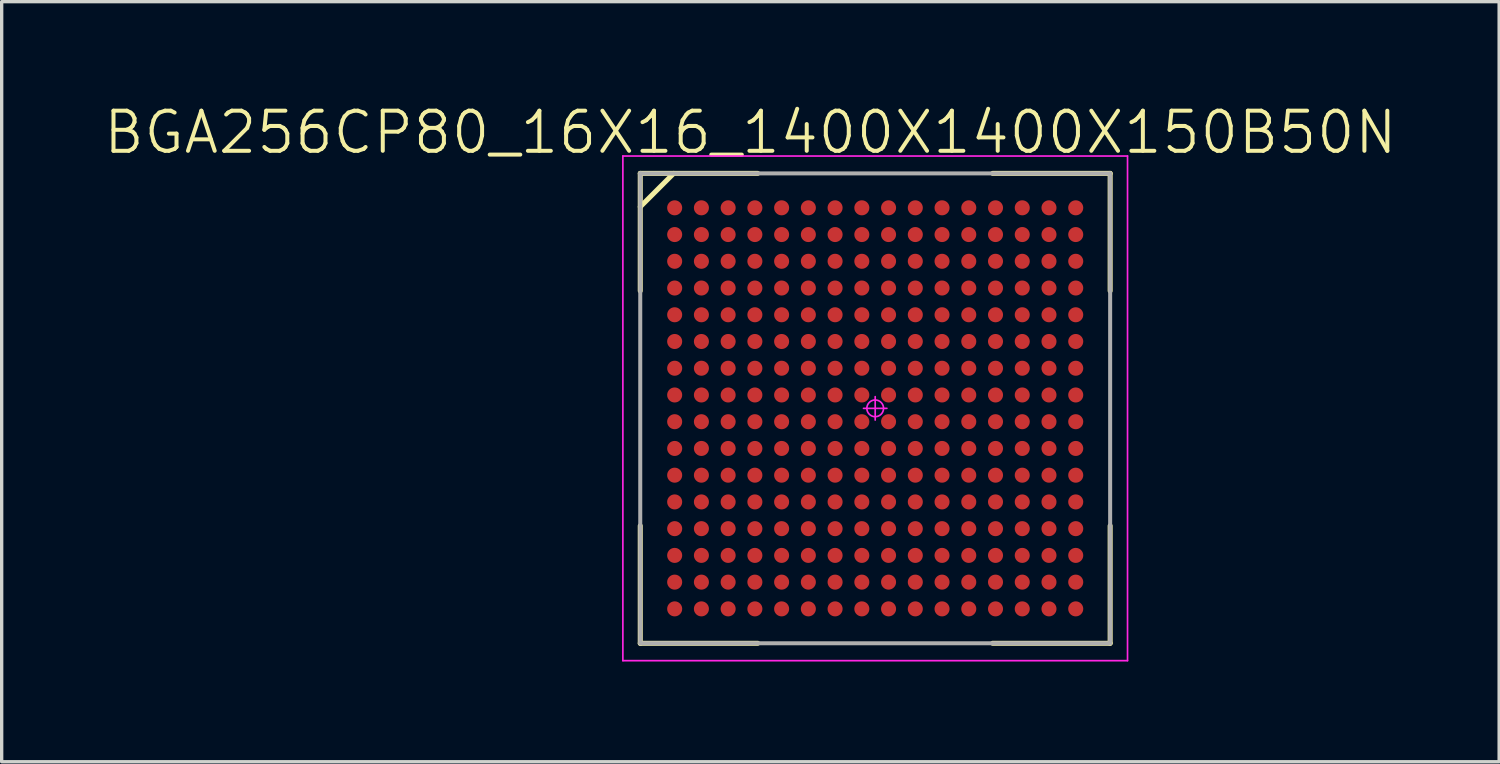
<source format=kicad_pcb>
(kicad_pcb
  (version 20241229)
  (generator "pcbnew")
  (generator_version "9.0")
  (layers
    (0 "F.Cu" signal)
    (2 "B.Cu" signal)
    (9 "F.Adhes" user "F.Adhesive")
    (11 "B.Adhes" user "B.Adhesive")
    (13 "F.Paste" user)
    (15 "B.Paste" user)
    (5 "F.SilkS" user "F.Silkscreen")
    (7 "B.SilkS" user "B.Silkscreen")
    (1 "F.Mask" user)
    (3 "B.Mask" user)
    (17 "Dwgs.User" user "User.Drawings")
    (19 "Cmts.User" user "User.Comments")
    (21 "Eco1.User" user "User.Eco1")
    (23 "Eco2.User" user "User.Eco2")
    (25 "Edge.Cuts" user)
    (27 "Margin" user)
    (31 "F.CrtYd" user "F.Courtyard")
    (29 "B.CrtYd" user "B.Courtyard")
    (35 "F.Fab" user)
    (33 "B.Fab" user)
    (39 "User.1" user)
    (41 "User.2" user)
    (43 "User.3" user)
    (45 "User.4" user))
  (footprint "BGA256CP80_16X16_1400X1400X150B50N"
    (layer "F.Cu")
    (at 23.137 9.168)
    (property "Reference" "BGA256CP80_16X16_1400X1400X150B50N" (at -3.734 -8.255 0) (layer "F.SilkS") (effects (font (size 1.2 1.2) (thickness 0.12))))
    (attr smd)
    (fp_line (start -7.03 -7.03) (end -3.515 -7.03) (stroke (width 0.15) (type solid)) (layer "F.SilkS"))
    (fp_line (start -7.03 -3.515) (end -7.03 -7.03) (stroke (width 0.15) (type solid)) (layer "F.SilkS"))
    (fp_line (start -7.03 3.515) (end -7.03 7.03) (stroke (width 0.15) (type solid)) (layer "F.SilkS"))
    (fp_line (start -7.03 7.03) (end -3.515 7.03) (stroke (width 0.15) (type solid)) (layer "F.SilkS"))
    (fp_line (start -6.03 -7.03) (end -7.03 -6.03) (stroke (width 0.15) (type solid)) (layer "F.SilkS"))
    (fp_line (start 7.03 -7.03) (end 3.515 -7.03) (stroke (width 0.15) (type solid)) (layer "F.SilkS"))
    (fp_line (start 7.03 -3.515) (end 7.03 -7.03) (stroke (width 0.15) (type solid)) (layer "F.SilkS"))
    (fp_line (start 7.03 3.515) (end 7.03 7.03) (stroke (width 0.15) (type solid)) (layer "F.SilkS"))
    (fp_line (start 7.03 7.03) (end 3.515 7.03) (stroke (width 0.15) (type solid)) (layer "F.SilkS"))
    (fp_line (start -7.55 -7.55) (end 7.55 -7.55) (stroke (width 0.05) (type solid)) (layer "F.CrtYd"))
    (fp_line (start -7.55 7.55) (end -7.55 -7.55) (stroke (width 0.05) (type solid)) (layer "F.CrtYd"))
    (fp_line (start 0 -0.35) (end 0 0.35) (stroke (width 0.05) (type solid)) (layer "F.CrtYd"))
    (fp_line (start 0.35 0) (end -0.35 0) (stroke (width 0.05) (type solid)) (layer "F.CrtYd"))
    (fp_line (start 7.55 -7.55) (end 7.55 7.55) (stroke (width 0.05) (type solid)) (layer "F.CrtYd"))
    (fp_line (start 7.55 7.55) (end -7.55 7.55) (stroke (width 0.05) (type solid)) (layer "F.CrtYd"))
    (fp_circle (center 0 0) (end -0.25 0) (stroke (width 0.05) (type solid)) (fill no) (layer "F.CrtYd"))
    (fp_line (start -7.03 -7.03) (end 7.03 -7.03) (stroke (width 0.12) (type solid)) (layer "F.Fab"))
    (fp_line (start -7.03 7.03) (end -7.03 -7.03) (stroke (width 0.12) (type solid)) (layer "F.Fab"))
    (fp_line (start 7.03 -7.03) (end 7.03 7.03) (stroke (width 0.12) (type solid)) (layer "F.Fab"))
    (fp_line (start 7.03 7.03) (end -7.03 7.03) (stroke (width 0.12) (type solid)) (layer "F.Fab"))
    (pad "A1" smd circle (at -6 -6 270) (size 0.45 0.45) (layers "F.Cu" "F.Mask" "F.Paste"))
    (pad "A2" smd circle (at -5.2 -6 270) (size 0.45 0.45) (layers "F.Cu" "F.Mask" "F.Paste"))
    (pad "A3" smd circle (at -4.4 -6 270) (size 0.45 0.45) (layers "F.Cu" "F.Mask" "F.Paste"))
    (pad "A4" smd circle (at -3.6 -6 270) (size 0.45 0.45) (layers "F.Cu" "F.Mask" "F.Paste"))
    (pad "A5" smd circle (at -2.8 -6 270) (size 0.45 0.45) (layers "F.Cu" "F.Mask" "F.Paste"))
    (pad "A6" smd circle (at -2 -6 270) (size 0.45 0.45) (layers "F.Cu" "F.Mask" "F.Paste"))
    (pad "A7" smd circle (at -1.2 -6 270) (size 0.45 0.45) (layers "F.Cu" "F.Mask" "F.Paste"))
    (pad "A8" smd circle (at -0.4 -6 270) (size 0.45 0.45) (layers "F.Cu" "F.Mask" "F.Paste"))
    (pad "A9" smd circle (at 0.4 -6 270) (size 0.45 0.45) (layers "F.Cu" "F.Mask" "F.Paste"))
    (pad "A10" smd circle (at 1.2 -6 270) (size 0.45 0.45) (layers "F.Cu" "F.Mask" "F.Paste"))
    (pad "A11" smd circle (at 2 -6 270) (size 0.45 0.45) (layers "F.Cu" "F.Mask" "F.Paste"))
    (pad "A12" smd circle (at 2.8 -6 270) (size 0.45 0.45) (layers "F.Cu" "F.Mask" "F.Paste"))
    (pad "A13" smd circle (at 3.6 -6 270) (size 0.45 0.45) (layers "F.Cu" "F.Mask" "F.Paste"))
    (pad "A14" smd circle (at 4.4 -6 270) (size 0.45 0.45) (layers "F.Cu" "F.Mask" "F.Paste"))
    (pad "A15" smd circle (at 5.2 -6 270) (size 0.45 0.45) (layers "F.Cu" "F.Mask" "F.Paste"))
    (pad "A16" smd circle (at 6 -6 270) (size 0.45 0.45) (layers "F.Cu" "F.Mask" "F.Paste"))
    (pad "B1" smd circle (at -6 -5.2 270) (size 0.45 0.45) (layers "F.Cu" "F.Mask" "F.Paste"))
    (pad "B2" smd circle (at -5.2 -5.2 270) (size 0.45 0.45) (layers "F.Cu" "F.Mask" "F.Paste"))
    (pad "B3" smd circle (at -4.4 -5.2 270) (size 0.45 0.45) (layers "F.Cu" "F.Mask" "F.Paste"))
    (pad "B4" smd circle (at -3.6 -5.2 270) (size 0.45 0.45) (layers "F.Cu" "F.Mask" "F.Paste"))
    (pad "B5" smd circle (at -2.8 -5.2 270) (size 0.45 0.45) (layers "F.Cu" "F.Mask" "F.Paste"))
    (pad "B6" smd circle (at -2 -5.2 270) (size 0.45 0.45) (layers "F.Cu" "F.Mask" "F.Paste"))
    (pad "B7" smd circle (at -1.2 -5.2 270) (size 0.45 0.45) (layers "F.Cu" "F.Mask" "F.Paste"))
    (pad "B8" smd circle (at -0.4 -5.2 270) (size 0.45 0.45) (layers "F.Cu" "F.Mask" "F.Paste"))
    (pad "B9" smd circle (at 0.4 -5.2 270) (size 0.45 0.45) (layers "F.Cu" "F.Mask" "F.Paste"))
    (pad "B10" smd circle (at 1.2 -5.2 270) (size 0.45 0.45) (layers "F.Cu" "F.Mask" "F.Paste"))
    (pad "B11" smd circle (at 2 -5.2 270) (size 0.45 0.45) (layers "F.Cu" "F.Mask" "F.Paste"))
    (pad "B12" smd circle (at 2.8 -5.2 270) (size 0.45 0.45) (layers "F.Cu" "F.Mask" "F.Paste"))
    (pad "B13" smd circle (at 3.6 -5.2 270) (size 0.45 0.45) (layers "F.Cu" "F.Mask" "F.Paste"))
    (pad "B14" smd circle (at 4.4 -5.2 270) (size 0.45 0.45) (layers "F.Cu" "F.Mask" "F.Paste"))
    (pad "B15" smd circle (at 5.2 -5.2 270) (size 0.45 0.45) (layers "F.Cu" "F.Mask" "F.Paste"))
    (pad "B16" smd circle (at 6 -5.2 270) (size 0.45 0.45) (layers "F.Cu" "F.Mask" "F.Paste"))
    (pad "C1" smd circle (at -6 -4.4 270) (size 0.45 0.45) (layers "F.Cu" "F.Mask" "F.Paste"))
    (pad "C2" smd circle (at -5.2 -4.4 270) (size 0.45 0.45) (layers "F.Cu" "F.Mask" "F.Paste"))
    (pad "C3" smd circle (at -4.4 -4.4 270) (size 0.45 0.45) (layers "F.Cu" "F.Mask" "F.Paste"))
    (pad "C4" smd circle (at -3.6 -4.4 270) (size 0.45 0.45) (layers "F.Cu" "F.Mask" "F.Paste"))
    (pad "C5" smd circle (at -2.8 -4.4 270) (size 0.45 0.45) (layers "F.Cu" "F.Mask" "F.Paste"))
    (pad "C6" smd circle (at -2 -4.4 270) (size 0.45 0.45) (layers "F.Cu" "F.Mask" "F.Paste"))
    (pad "C7" smd circle (at -1.2 -4.4 270) (size 0.45 0.45) (layers "F.Cu" "F.Mask" "F.Paste"))
    (pad "C8" smd circle (at -0.4 -4.4 270) (size 0.45 0.45) (layers "F.Cu" "F.Mask" "F.Paste"))
    (pad "C9" smd circle (at 0.4 -4.4 270) (size 0.45 0.45) (layers "F.Cu" "F.Mask" "F.Paste"))
    (pad "C10" smd circle (at 1.2 -4.4 270) (size 0.45 0.45) (layers "F.Cu" "F.Mask" "F.Paste"))
    (pad "C11" smd circle (at 2 -4.4 270) (size 0.45 0.45) (layers "F.Cu" "F.Mask" "F.Paste"))
    (pad "C12" smd circle (at 2.8 -4.4 270) (size 0.45 0.45) (layers "F.Cu" "F.Mask" "F.Paste"))
    (pad "C13" smd circle (at 3.6 -4.4 270) (size 0.45 0.45) (layers "F.Cu" "F.Mask" "F.Paste"))
    (pad "C14" smd circle (at 4.4 -4.4 270) (size 0.45 0.45) (layers "F.Cu" "F.Mask" "F.Paste"))
    (pad "C15" smd circle (at 5.2 -4.4 270) (size 0.45 0.45) (layers "F.Cu" "F.Mask" "F.Paste"))
    (pad "C16" smd circle (at 6 -4.4 270) (size 0.45 0.45) (layers "F.Cu" "F.Mask" "F.Paste"))
    (pad "D1" smd circle (at -6 -3.6 270) (size 0.45 0.45) (layers "F.Cu" "F.Mask" "F.Paste"))
    (pad "D2" smd circle (at -5.2 -3.6 270) (size 0.45 0.45) (layers "F.Cu" "F.Mask" "F.Paste"))
    (pad "D3" smd circle (at -4.4 -3.6 270) (size 0.45 0.45) (layers "F.Cu" "F.Mask" "F.Paste"))
    (pad "D4" smd circle (at -3.6 -3.6 270) (size 0.45 0.45) (layers "F.Cu" "F.Mask" "F.Paste"))
    (pad "D5" smd circle (at -2.8 -3.6 270) (size 0.45 0.45) (layers "F.Cu" "F.Mask" "F.Paste"))
    (pad "D6" smd circle (at -2 -3.6 270) (size 0.45 0.45) (layers "F.Cu" "F.Mask" "F.Paste"))
    (pad "D7" smd circle (at -1.2 -3.6 270) (size 0.45 0.45) (layers "F.Cu" "F.Mask" "F.Paste"))
    (pad "D8" smd circle (at -0.4 -3.6 270) (size 0.45 0.45) (layers "F.Cu" "F.Mask" "F.Paste"))
    (pad "D9" smd circle (at 0.4 -3.6 270) (size 0.45 0.45) (layers "F.Cu" "F.Mask" "F.Paste"))
    (pad "D10" smd circle (at 1.2 -3.6 270) (size 0.45 0.45) (layers "F.Cu" "F.Mask" "F.Paste"))
    (pad "D11" smd circle (at 2 -3.6 270) (size 0.45 0.45) (layers "F.Cu" "F.Mask" "F.Paste"))
    (pad "D12" smd circle (at 2.8 -3.6 270) (size 0.45 0.45) (layers "F.Cu" "F.Mask" "F.Paste"))
    (pad "D13" smd circle (at 3.6 -3.6 270) (size 0.45 0.45) (layers "F.Cu" "F.Mask" "F.Paste"))
    (pad "D14" smd circle (at 4.4 -3.6 270) (size 0.45 0.45) (layers "F.Cu" "F.Mask" "F.Paste"))
    (pad "D15" smd circle (at 5.2 -3.6 270) (size 0.45 0.45) (layers "F.Cu" "F.Mask" "F.Paste"))
    (pad "D16" smd circle (at 6 -3.6 270) (size 0.45 0.45) (layers "F.Cu" "F.Mask" "F.Paste"))
    (pad "E1" smd circle (at -6 -2.8 270) (size 0.45 0.45) (layers "F.Cu" "F.Mask" "F.Paste"))
    (pad "E2" smd circle (at -5.2 -2.8 270) (size 0.45 0.45) (layers "F.Cu" "F.Mask" "F.Paste"))
    (pad "E3" smd circle (at -4.4 -2.8 270) (size 0.45 0.45) (layers "F.Cu" "F.Mask" "F.Paste"))
    (pad "E4" smd circle (at -3.6 -2.8 270) (size 0.45 0.45) (layers "F.Cu" "F.Mask" "F.Paste"))
    (pad "E5" smd circle (at -2.8 -2.8 270) (size 0.45 0.45) (layers "F.Cu" "F.Mask" "F.Paste"))
    (pad "E6" smd circle (at -2 -2.8 270) (size 0.45 0.45) (layers "F.Cu" "F.Mask" "F.Paste"))
    (pad "E7" smd circle (at -1.2 -2.8 270) (size 0.45 0.45) (layers "F.Cu" "F.Mask" "F.Paste"))
    (pad "E8" smd circle (at -0.4 -2.8 270) (size 0.45 0.45) (layers "F.Cu" "F.Mask" "F.Paste"))
    (pad "E9" smd circle (at 0.4 -2.8 270) (size 0.45 0.45) (layers "F.Cu" "F.Mask" "F.Paste"))
    (pad "E10" smd circle (at 1.2 -2.8 270) (size 0.45 0.45) (layers "F.Cu" "F.Mask" "F.Paste"))
    (pad "E11" smd circle (at 2 -2.8 270) (size 0.45 0.45) (layers "F.Cu" "F.Mask" "F.Paste"))
    (pad "E12" smd circle (at 2.8 -2.8 270) (size 0.45 0.45) (layers "F.Cu" "F.Mask" "F.Paste"))
    (pad "E13" smd circle (at 3.6 -2.8 270) (size 0.45 0.45) (layers "F.Cu" "F.Mask" "F.Paste"))
    (pad "E14" smd circle (at 4.4 -2.8 270) (size 0.45 0.45) (layers "F.Cu" "F.Mask" "F.Paste"))
    (pad "E15" smd circle (at 5.2 -2.8 270) (size 0.45 0.45) (layers "F.Cu" "F.Mask" "F.Paste"))
    (pad "E16" smd circle (at 6 -2.8 270) (size 0.45 0.45) (layers "F.Cu" "F.Mask" "F.Paste"))
    (pad "F1" smd circle (at -6 -2 270) (size 0.45 0.45) (layers "F.Cu" "F.Mask" "F.Paste"))
    (pad "F2" smd circle (at -5.2 -2 270) (size 0.45 0.45) (layers "F.Cu" "F.Mask" "F.Paste"))
    (pad "F3" smd circle (at -4.4 -2 270) (size 0.45 0.45) (layers "F.Cu" "F.Mask" "F.Paste"))
    (pad "F4" smd circle (at -3.6 -2 270) (size 0.45 0.45) (layers "F.Cu" "F.Mask" "F.Paste"))
    (pad "F5" smd circle (at -2.8 -2 270) (size 0.45 0.45) (layers "F.Cu" "F.Mask" "F.Paste"))
    (pad "F6" smd circle (at -2 -2 270) (size 0.45 0.45) (layers "F.Cu" "F.Mask" "F.Paste"))
    (pad "F7" smd circle (at -1.2 -2 270) (size 0.45 0.45) (layers "F.Cu" "F.Mask" "F.Paste"))
    (pad "F8" smd circle (at -0.4 -2 270) (size 0.45 0.45) (layers "F.Cu" "F.Mask" "F.Paste"))
    (pad "F9" smd circle (at 0.4 -2 270) (size 0.45 0.45) (layers "F.Cu" "F.Mask" "F.Paste"))
    (pad "F10" smd circle (at 1.2 -2 270) (size 0.45 0.45) (layers "F.Cu" "F.Mask" "F.Paste"))
    (pad "F11" smd circle (at 2 -2 270) (size 0.45 0.45) (layers "F.Cu" "F.Mask" "F.Paste"))
    (pad "F12" smd circle (at 2.8 -2 270) (size 0.45 0.45) (layers "F.Cu" "F.Mask" "F.Paste"))
    (pad "F13" smd circle (at 3.6 -2 270) (size 0.45 0.45) (layers "F.Cu" "F.Mask" "F.Paste"))
    (pad "F14" smd circle (at 4.4 -2 270) (size 0.45 0.45) (layers "F.Cu" "F.Mask" "F.Paste"))
    (pad "F15" smd circle (at 5.2 -2 270) (size 0.45 0.45) (layers "F.Cu" "F.Mask" "F.Paste"))
    (pad "F16" smd circle (at 6 -2 270) (size 0.45 0.45) (layers "F.Cu" "F.Mask" "F.Paste"))
    (pad "G1" smd circle (at -6 -1.2 270) (size 0.45 0.45) (layers "F.Cu" "F.Mask" "F.Paste"))
    (pad "G2" smd circle (at -5.2 -1.2 270) (size 0.45 0.45) (layers "F.Cu" "F.Mask" "F.Paste"))
    (pad "G3" smd circle (at -4.4 -1.2 270) (size 0.45 0.45) (layers "F.Cu" "F.Mask" "F.Paste"))
    (pad "G4" smd circle (at -3.6 -1.2 270) (size 0.45 0.45) (layers "F.Cu" "F.Mask" "F.Paste"))
    (pad "G5" smd circle (at -2.8 -1.2 270) (size 0.45 0.45) (layers "F.Cu" "F.Mask" "F.Paste"))
    (pad "G6" smd circle (at -2 -1.2 270) (size 0.45 0.45) (layers "F.Cu" "F.Mask" "F.Paste"))
    (pad "G7" smd circle (at -1.2 -1.2 270) (size 0.45 0.45) (layers "F.Cu" "F.Mask" "F.Paste"))
    (pad "G8" smd circle (at -0.4 -1.2 270) (size 0.45 0.45) (layers "F.Cu" "F.Mask" "F.Paste"))
    (pad "G9" smd circle (at 0.4 -1.2 270) (size 0.45 0.45) (layers "F.Cu" "F.Mask" "F.Paste"))
    (pad "G10" smd circle (at 1.2 -1.2 270) (size 0.45 0.45) (layers "F.Cu" "F.Mask" "F.Paste"))
    (pad "G11" smd circle (at 2 -1.2 270) (size 0.45 0.45) (layers "F.Cu" "F.Mask" "F.Paste"))
    (pad "G12" smd circle (at 2.8 -1.2 270) (size 0.45 0.45) (layers "F.Cu" "F.Mask" "F.Paste"))
    (pad "G13" smd circle (at 3.6 -1.2 270) (size 0.45 0.45) (layers "F.Cu" "F.Mask" "F.Paste"))
    (pad "G14" smd circle (at 4.4 -1.2 270) (size 0.45 0.45) (layers "F.Cu" "F.Mask" "F.Paste"))
    (pad "G15" smd circle (at 5.2 -1.2 270) (size 0.45 0.45) (layers "F.Cu" "F.Mask" "F.Paste"))
    (pad "G16" smd circle (at 6 -1.2 270) (size 0.45 0.45) (layers "F.Cu" "F.Mask" "F.Paste"))
    (pad "H1" smd circle (at -6 -0.4 270) (size 0.45 0.45) (layers "F.Cu" "F.Mask" "F.Paste"))
    (pad "H2" smd circle (at -5.2 -0.4 270) (size 0.45 0.45) (layers "F.Cu" "F.Mask" "F.Paste"))
    (pad "H3" smd circle (at -4.4 -0.4 270) (size 0.45 0.45) (layers "F.Cu" "F.Mask" "F.Paste"))
    (pad "H4" smd circle (at -3.6 -0.4 270) (size 0.45 0.45) (layers "F.Cu" "F.Mask" "F.Paste"))
    (pad "H5" smd circle (at -2.8 -0.4 270) (size 0.45 0.45) (layers "F.Cu" "F.Mask" "F.Paste"))
    (pad "H6" smd circle (at -2 -0.4 270) (size 0.45 0.45) (layers "F.Cu" "F.Mask" "F.Paste"))
    (pad "H7" smd circle (at -1.2 -0.4 270) (size 0.45 0.45) (layers "F.Cu" "F.Mask" "F.Paste"))
    (pad "H8" smd circle (at -0.4 -0.4 270) (size 0.45 0.45) (layers "F.Cu" "F.Mask" "F.Paste"))
    (pad "H9" smd circle (at 0.4 -0.4 270) (size 0.45 0.45) (layers "F.Cu" "F.Mask" "F.Paste"))
    (pad "H10" smd circle (at 1.2 -0.4 270) (size 0.45 0.45) (layers "F.Cu" "F.Mask" "F.Paste"))
    (pad "H11" smd circle (at 2 -0.4 270) (size 0.45 0.45) (layers "F.Cu" "F.Mask" "F.Paste"))
    (pad "H12" smd circle (at 2.8 -0.4 270) (size 0.45 0.45) (layers "F.Cu" "F.Mask" "F.Paste"))
    (pad "H13" smd circle (at 3.6 -0.4 270) (size 0.45 0.45) (layers "F.Cu" "F.Mask" "F.Paste"))
    (pad "H14" smd circle (at 4.4 -0.4 270) (size 0.45 0.45) (layers "F.Cu" "F.Mask" "F.Paste"))
    (pad "H15" smd circle (at 5.2 -0.4 270) (size 0.45 0.45) (layers "F.Cu" "F.Mask" "F.Paste"))
    (pad "H16" smd circle (at 6 -0.4 270) (size 0.45 0.45) (layers "F.Cu" "F.Mask" "F.Paste"))
    (pad "J1" smd circle (at -6 0.4 270) (size 0.45 0.45) (layers "F.Cu" "F.Mask" "F.Paste"))
    (pad "J2" smd circle (at -5.2 0.4 270) (size 0.45 0.45) (layers "F.Cu" "F.Mask" "F.Paste"))
    (pad "J3" smd circle (at -4.4 0.4 270) (size 0.45 0.45) (layers "F.Cu" "F.Mask" "F.Paste"))
    (pad "J4" smd circle (at -3.6 0.4 270) (size 0.45 0.45) (layers "F.Cu" "F.Mask" "F.Paste"))
    (pad "J5" smd circle (at -2.8 0.4 270) (size 0.45 0.45) (layers "F.Cu" "F.Mask" "F.Paste"))
    (pad "J6" smd circle (at -2 0.4 270) (size 0.45 0.45) (layers "F.Cu" "F.Mask" "F.Paste"))
    (pad "J7" smd circle (at -1.2 0.4 270) (size 0.45 0.45) (layers "F.Cu" "F.Mask" "F.Paste"))
    (pad "J8" smd circle (at -0.4 0.4 270) (size 0.45 0.45) (layers "F.Cu" "F.Mask" "F.Paste"))
    (pad "J9" smd circle (at 0.4 0.4 270) (size 0.45 0.45) (layers "F.Cu" "F.Mask" "F.Paste"))
    (pad "J10" smd circle (at 1.2 0.4 270) (size 0.45 0.45) (layers "F.Cu" "F.Mask" "F.Paste"))
    (pad "J11" smd circle (at 2 0.4 270) (size 0.45 0.45) (layers "F.Cu" "F.Mask" "F.Paste"))
    (pad "J12" smd circle (at 2.8 0.4 270) (size 0.45 0.45) (layers "F.Cu" "F.Mask" "F.Paste"))
    (pad "J13" smd circle (at 3.6 0.4 270) (size 0.45 0.45) (layers "F.Cu" "F.Mask" "F.Paste"))
    (pad "J14" smd circle (at 4.4 0.4 270) (size 0.45 0.45) (layers "F.Cu" "F.Mask" "F.Paste"))
    (pad "J15" smd circle (at 5.2 0.4 270) (size 0.45 0.45) (layers "F.Cu" "F.Mask" "F.Paste"))
    (pad "J16" smd circle (at 6 0.4 270) (size 0.45 0.45) (layers "F.Cu" "F.Mask" "F.Paste"))
    (pad "K1" smd circle (at -6 1.2 270) (size 0.45 0.45) (layers "F.Cu" "F.Mask" "F.Paste"))
    (pad "K2" smd circle (at -5.2 1.2 270) (size 0.45 0.45) (layers "F.Cu" "F.Mask" "F.Paste"))
    (pad "K3" smd circle (at -4.4 1.2 270) (size 0.45 0.45) (layers "F.Cu" "F.Mask" "F.Paste"))
    (pad "K4" smd circle (at -3.6 1.2 270) (size 0.45 0.45) (layers "F.Cu" "F.Mask" "F.Paste"))
    (pad "K5" smd circle (at -2.8 1.2 270) (size 0.45 0.45) (layers "F.Cu" "F.Mask" "F.Paste"))
    (pad "K6" smd circle (at -2 1.2 270) (size 0.45 0.45) (layers "F.Cu" "F.Mask" "F.Paste"))
    (pad "K7" smd circle (at -1.2 1.2 270) (size 0.45 0.45) (layers "F.Cu" "F.Mask" "F.Paste"))
    (pad "K8" smd circle (at -0.4 1.2 270) (size 0.45 0.45) (layers "F.Cu" "F.Mask" "F.Paste"))
    (pad "K9" smd circle (at 0.4 1.2 270) (size 0.45 0.45) (layers "F.Cu" "F.Mask" "F.Paste"))
    (pad "K10" smd circle (at 1.2 1.2 270) (size 0.45 0.45) (layers "F.Cu" "F.Mask" "F.Paste"))
    (pad "K11" smd circle (at 2 1.2 270) (size 0.45 0.45) (layers "F.Cu" "F.Mask" "F.Paste"))
    (pad "K12" smd circle (at 2.8 1.2 270) (size 0.45 0.45) (layers "F.Cu" "F.Mask" "F.Paste"))
    (pad "K13" smd circle (at 3.6 1.2 270) (size 0.45 0.45) (layers "F.Cu" "F.Mask" "F.Paste"))
    (pad "K14" smd circle (at 4.4 1.2 270) (size 0.45 0.45) (layers "F.Cu" "F.Mask" "F.Paste"))
    (pad "K15" smd circle (at 5.2 1.2 270) (size 0.45 0.45) (layers "F.Cu" "F.Mask" "F.Paste"))
    (pad "K16" smd circle (at 6 1.2 270) (size 0.45 0.45) (layers "F.Cu" "F.Mask" "F.Paste"))
    (pad "L1" smd circle (at -6 2 270) (size 0.45 0.45) (layers "F.Cu" "F.Mask" "F.Paste"))
    (pad "L2" smd circle (at -5.2 2 270) (size 0.45 0.45) (layers "F.Cu" "F.Mask" "F.Paste"))
    (pad "L3" smd circle (at -4.4 2 270) (size 0.45 0.45) (layers "F.Cu" "F.Mask" "F.Paste"))
    (pad "L4" smd circle (at -3.6 2 270) (size 0.45 0.45) (layers "F.Cu" "F.Mask" "F.Paste"))
    (pad "L5" smd circle (at -2.8 2 270) (size 0.45 0.45) (layers "F.Cu" "F.Mask" "F.Paste"))
    (pad "L6" smd circle (at -2 2 270) (size 0.45 0.45) (layers "F.Cu" "F.Mask" "F.Paste"))
    (pad "L7" smd circle (at -1.2 2 270) (size 0.45 0.45) (layers "F.Cu" "F.Mask" "F.Paste"))
    (pad "L8" smd circle (at -0.4 2 270) (size 0.45 0.45) (layers "F.Cu" "F.Mask" "F.Paste"))
    (pad "L9" smd circle (at 0.4 2 270) (size 0.45 0.45) (layers "F.Cu" "F.Mask" "F.Paste"))
    (pad "L10" smd circle (at 1.2 2 270) (size 0.45 0.45) (layers "F.Cu" "F.Mask" "F.Paste"))
    (pad "L11" smd circle (at 2 2 270) (size 0.45 0.45) (layers "F.Cu" "F.Mask" "F.Paste"))
    (pad "L12" smd circle (at 2.8 2 270) (size 0.45 0.45) (layers "F.Cu" "F.Mask" "F.Paste"))
    (pad "L13" smd circle (at 3.6 2 270) (size 0.45 0.45) (layers "F.Cu" "F.Mask" "F.Paste"))
    (pad "L14" smd circle (at 4.4 2 270) (size 0.45 0.45) (layers "F.Cu" "F.Mask" "F.Paste"))
    (pad "L15" smd circle (at 5.2 2 270) (size 0.45 0.45) (layers "F.Cu" "F.Mask" "F.Paste"))
    (pad "L16" smd circle (at 6 2 270) (size 0.45 0.45) (layers "F.Cu" "F.Mask" "F.Paste"))
    (pad "M1" smd circle (at -6 2.8 270) (size 0.45 0.45) (layers "F.Cu" "F.Mask" "F.Paste"))
    (pad "M2" smd circle (at -5.2 2.8 270) (size 0.45 0.45) (layers "F.Cu" "F.Mask" "F.Paste"))
    (pad "M3" smd circle (at -4.4 2.8 270) (size 0.45 0.45) (layers "F.Cu" "F.Mask" "F.Paste"))
    (pad "M4" smd circle (at -3.6 2.8 270) (size 0.45 0.45) (layers "F.Cu" "F.Mask" "F.Paste"))
    (pad "M5" smd circle (at -2.8 2.8 270) (size 0.45 0.45) (layers "F.Cu" "F.Mask" "F.Paste"))
    (pad "M6" smd circle (at -2 2.8 270) (size 0.45 0.45) (layers "F.Cu" "F.Mask" "F.Paste"))
    (pad "M7" smd circle (at -1.2 2.8 270) (size 0.45 0.45) (layers "F.Cu" "F.Mask" "F.Paste"))
    (pad "M8" smd circle (at -0.4 2.8 270) (size 0.45 0.45) (layers "F.Cu" "F.Mask" "F.Paste"))
    (pad "M9" smd circle (at 0.4 2.8 270) (size 0.45 0.45) (layers "F.Cu" "F.Mask" "F.Paste"))
    (pad "M10" smd circle (at 1.2 2.8 270) (size 0.45 0.45) (layers "F.Cu" "F.Mask" "F.Paste"))
    (pad "M11" smd circle (at 2 2.8 270) (size 0.45 0.45) (layers "F.Cu" "F.Mask" "F.Paste"))
    (pad "M12" smd circle (at 2.8 2.8 270) (size 0.45 0.45) (layers "F.Cu" "F.Mask" "F.Paste"))
    (pad "M13" smd circle (at 3.6 2.8 270) (size 0.45 0.45) (layers "F.Cu" "F.Mask" "F.Paste"))
    (pad "M14" smd circle (at 4.4 2.8 270) (size 0.45 0.45) (layers "F.Cu" "F.Mask" "F.Paste"))
    (pad "M15" smd circle (at 5.2 2.8 270) (size 0.45 0.45) (layers "F.Cu" "F.Mask" "F.Paste"))
    (pad "M16" smd circle (at 6 2.8 270) (size 0.45 0.45) (layers "F.Cu" "F.Mask" "F.Paste"))
    (pad "N1" smd circle (at -6 3.6 270) (size 0.45 0.45) (layers "F.Cu" "F.Mask" "F.Paste"))
    (pad "N2" smd circle (at -5.2 3.6 270) (size 0.45 0.45) (layers "F.Cu" "F.Mask" "F.Paste"))
    (pad "N3" smd circle (at -4.4 3.6 270) (size 0.45 0.45) (layers "F.Cu" "F.Mask" "F.Paste"))
    (pad "N4" smd circle (at -3.6 3.6 270) (size 0.45 0.45) (layers "F.Cu" "F.Mask" "F.Paste"))
    (pad "N5" smd circle (at -2.8 3.6 270) (size 0.45 0.45) (layers "F.Cu" "F.Mask" "F.Paste"))
    (pad "N6" smd circle (at -2 3.6 270) (size 0.45 0.45) (layers "F.Cu" "F.Mask" "F.Paste"))
    (pad "N7" smd circle (at -1.2 3.6 270) (size 0.45 0.45) (layers "F.Cu" "F.Mask" "F.Paste"))
    (pad "N8" smd circle (at -0.4 3.6 270) (size 0.45 0.45) (layers "F.Cu" "F.Mask" "F.Paste"))
    (pad "N9" smd circle (at 0.4 3.6 270) (size 0.45 0.45) (layers "F.Cu" "F.Mask" "F.Paste"))
    (pad "N10" smd circle (at 1.2 3.6 270) (size 0.45 0.45) (layers "F.Cu" "F.Mask" "F.Paste"))
    (pad "N11" smd circle (at 2 3.6 270) (size 0.45 0.45) (layers "F.Cu" "F.Mask" "F.Paste"))
    (pad "N12" smd circle (at 2.8 3.6 270) (size 0.45 0.45) (layers "F.Cu" "F.Mask" "F.Paste"))
    (pad "N13" smd circle (at 3.6 3.6 270) (size 0.45 0.45) (layers "F.Cu" "F.Mask" "F.Paste"))
    (pad "N14" smd circle (at 4.4 3.6 270) (size 0.45 0.45) (layers "F.Cu" "F.Mask" "F.Paste"))
    (pad "N15" smd circle (at 5.2 3.6 270) (size 0.45 0.45) (layers "F.Cu" "F.Mask" "F.Paste"))
    (pad "N16" smd circle (at 6 3.6 270) (size 0.45 0.45) (layers "F.Cu" "F.Mask" "F.Paste"))
    (pad "P1" smd circle (at -6 4.4 270) (size 0.45 0.45) (layers "F.Cu" "F.Mask" "F.Paste"))
    (pad "P2" smd circle (at -5.2 4.4 270) (size 0.45 0.45) (layers "F.Cu" "F.Mask" "F.Paste"))
    (pad "P3" smd circle (at -4.4 4.4 270) (size 0.45 0.45) (layers "F.Cu" "F.Mask" "F.Paste"))
    (pad "P4" smd circle (at -3.6 4.4 270) (size 0.45 0.45) (layers "F.Cu" "F.Mask" "F.Paste"))
    (pad "P5" smd circle (at -2.8 4.4 270) (size 0.45 0.45) (layers "F.Cu" "F.Mask" "F.Paste"))
    (pad "P6" smd circle (at -2 4.4 270) (size 0.45 0.45) (layers "F.Cu" "F.Mask" "F.Paste"))
    (pad "P7" smd circle (at -1.2 4.4 270) (size 0.45 0.45) (layers "F.Cu" "F.Mask" "F.Paste"))
    (pad "P8" smd circle (at -0.4 4.4 270) (size 0.45 0.45) (layers "F.Cu" "F.Mask" "F.Paste"))
    (pad "P9" smd circle (at 0.4 4.4 270) (size 0.45 0.45) (layers "F.Cu" "F.Mask" "F.Paste"))
    (pad "P10" smd circle (at 1.2 4.4 270) (size 0.45 0.45) (layers "F.Cu" "F.Mask" "F.Paste"))
    (pad "P11" smd circle (at 2 4.4 270) (size 0.45 0.45) (layers "F.Cu" "F.Mask" "F.Paste"))
    (pad "P12" smd circle (at 2.8 4.4 270) (size 0.45 0.45) (layers "F.Cu" "F.Mask" "F.Paste"))
    (pad "P13" smd circle (at 3.6 4.4 270) (size 0.45 0.45) (layers "F.Cu" "F.Mask" "F.Paste"))
    (pad "P14" smd circle (at 4.4 4.4 270) (size 0.45 0.45) (layers "F.Cu" "F.Mask" "F.Paste"))
    (pad "P15" smd circle (at 5.2 4.4 270) (size 0.45 0.45) (layers "F.Cu" "F.Mask" "F.Paste"))
    (pad "P16" smd circle (at 6 4.4 270) (size 0.45 0.45) (layers "F.Cu" "F.Mask" "F.Paste"))
    (pad "R1" smd circle (at -6 5.2 270) (size 0.45 0.45) (layers "F.Cu" "F.Mask" "F.Paste"))
    (pad "R2" smd circle (at -5.2 5.2 270) (size 0.45 0.45) (layers "F.Cu" "F.Mask" "F.Paste"))
    (pad "R3" smd circle (at -4.4 5.2 270) (size 0.45 0.45) (layers "F.Cu" "F.Mask" "F.Paste"))
    (pad "R4" smd circle (at -3.6 5.2 270) (size 0.45 0.45) (layers "F.Cu" "F.Mask" "F.Paste"))
    (pad "R5" smd circle (at -2.8 5.2 270) (size 0.45 0.45) (layers "F.Cu" "F.Mask" "F.Paste"))
    (pad "R6" smd circle (at -2 5.2 270) (size 0.45 0.45) (layers "F.Cu" "F.Mask" "F.Paste"))
    (pad "R7" smd circle (at -1.2 5.2 270) (size 0.45 0.45) (layers "F.Cu" "F.Mask" "F.Paste"))
    (pad "R8" smd circle (at -0.4 5.2 270) (size 0.45 0.45) (layers "F.Cu" "F.Mask" "F.Paste"))
    (pad "R9" smd circle (at 0.4 5.2 270) (size 0.45 0.45) (layers "F.Cu" "F.Mask" "F.Paste"))
    (pad "R10" smd circle (at 1.2 5.2 270) (size 0.45 0.45) (layers "F.Cu" "F.Mask" "F.Paste"))
    (pad "R11" smd circle (at 2 5.2 270) (size 0.45 0.45) (layers "F.Cu" "F.Mask" "F.Paste"))
    (pad "R12" smd circle (at 2.8 5.2 270) (size 0.45 0.45) (layers "F.Cu" "F.Mask" "F.Paste"))
    (pad "R13" smd circle (at 3.6 5.2 270) (size 0.45 0.45) (layers "F.Cu" "F.Mask" "F.Paste"))
    (pad "R14" smd circle (at 4.4 5.2 270) (size 0.45 0.45) (layers "F.Cu" "F.Mask" "F.Paste"))
    (pad "R15" smd circle (at 5.2 5.2 270) (size 0.45 0.45) (layers "F.Cu" "F.Mask" "F.Paste"))
    (pad "R16" smd circle (at 6 5.2 270) (size 0.45 0.45) (layers "F.Cu" "F.Mask" "F.Paste"))
    (pad "T1" smd circle (at -6 6 270) (size 0.45 0.45) (layers "F.Cu" "F.Mask" "F.Paste"))
    (pad "T2" smd circle (at -5.2 6 270) (size 0.45 0.45) (layers "F.Cu" "F.Mask" "F.Paste"))
    (pad "T3" smd circle (at -4.4 6 270) (size 0.45 0.45) (layers "F.Cu" "F.Mask" "F.Paste"))
    (pad "T4" smd circle (at -3.6 6 270) (size 0.45 0.45) (layers "F.Cu" "F.Mask" "F.Paste"))
    (pad "T5" smd circle (at -2.8 6 270) (size 0.45 0.45) (layers "F.Cu" "F.Mask" "F.Paste"))
    (pad "T6" smd circle (at -2 6 270) (size 0.45 0.45) (layers "F.Cu" "F.Mask" "F.Paste"))
    (pad "T7" smd circle (at -1.2 6 270) (size 0.45 0.45) (layers "F.Cu" "F.Mask" "F.Paste"))
    (pad "T8" smd circle (at -0.4 6 270) (size 0.45 0.45) (layers "F.Cu" "F.Mask" "F.Paste"))
    (pad "T9" smd circle (at 0.4 6 270) (size 0.45 0.45) (layers "F.Cu" "F.Mask" "F.Paste"))
    (pad "T10" smd circle (at 1.2 6 270) (size 0.45 0.45) (layers "F.Cu" "F.Mask" "F.Paste"))
    (pad "T11" smd circle (at 2 6 270) (size 0.45 0.45) (layers "F.Cu" "F.Mask" "F.Paste"))
    (pad "T12" smd circle (at 2.8 6 270) (size 0.45 0.45) (layers "F.Cu" "F.Mask" "F.Paste"))
    (pad "T13" smd circle (at 3.6 6 270) (size 0.45 0.45) (layers "F.Cu" "F.Mask" "F.Paste"))
    (pad "T14" smd circle (at 4.4 6 270) (size 0.45 0.45) (layers "F.Cu" "F.Mask" "F.Paste"))
    (pad "T15" smd circle (at 5.2 6 270) (size 0.45 0.45) (layers "F.Cu" "F.Mask" "F.Paste"))
    (pad "T16" smd circle (at 6 6 270) (size 0.45 0.45) (layers "F.Cu" "F.Mask" "F.Paste")))
  (gr_rect
    (start -3 -3)
    (end 41.806 19.743)
    (stroke (width 0.1) (type default))
    (fill no)
    (layer "Edge.Cuts")))
</source>
